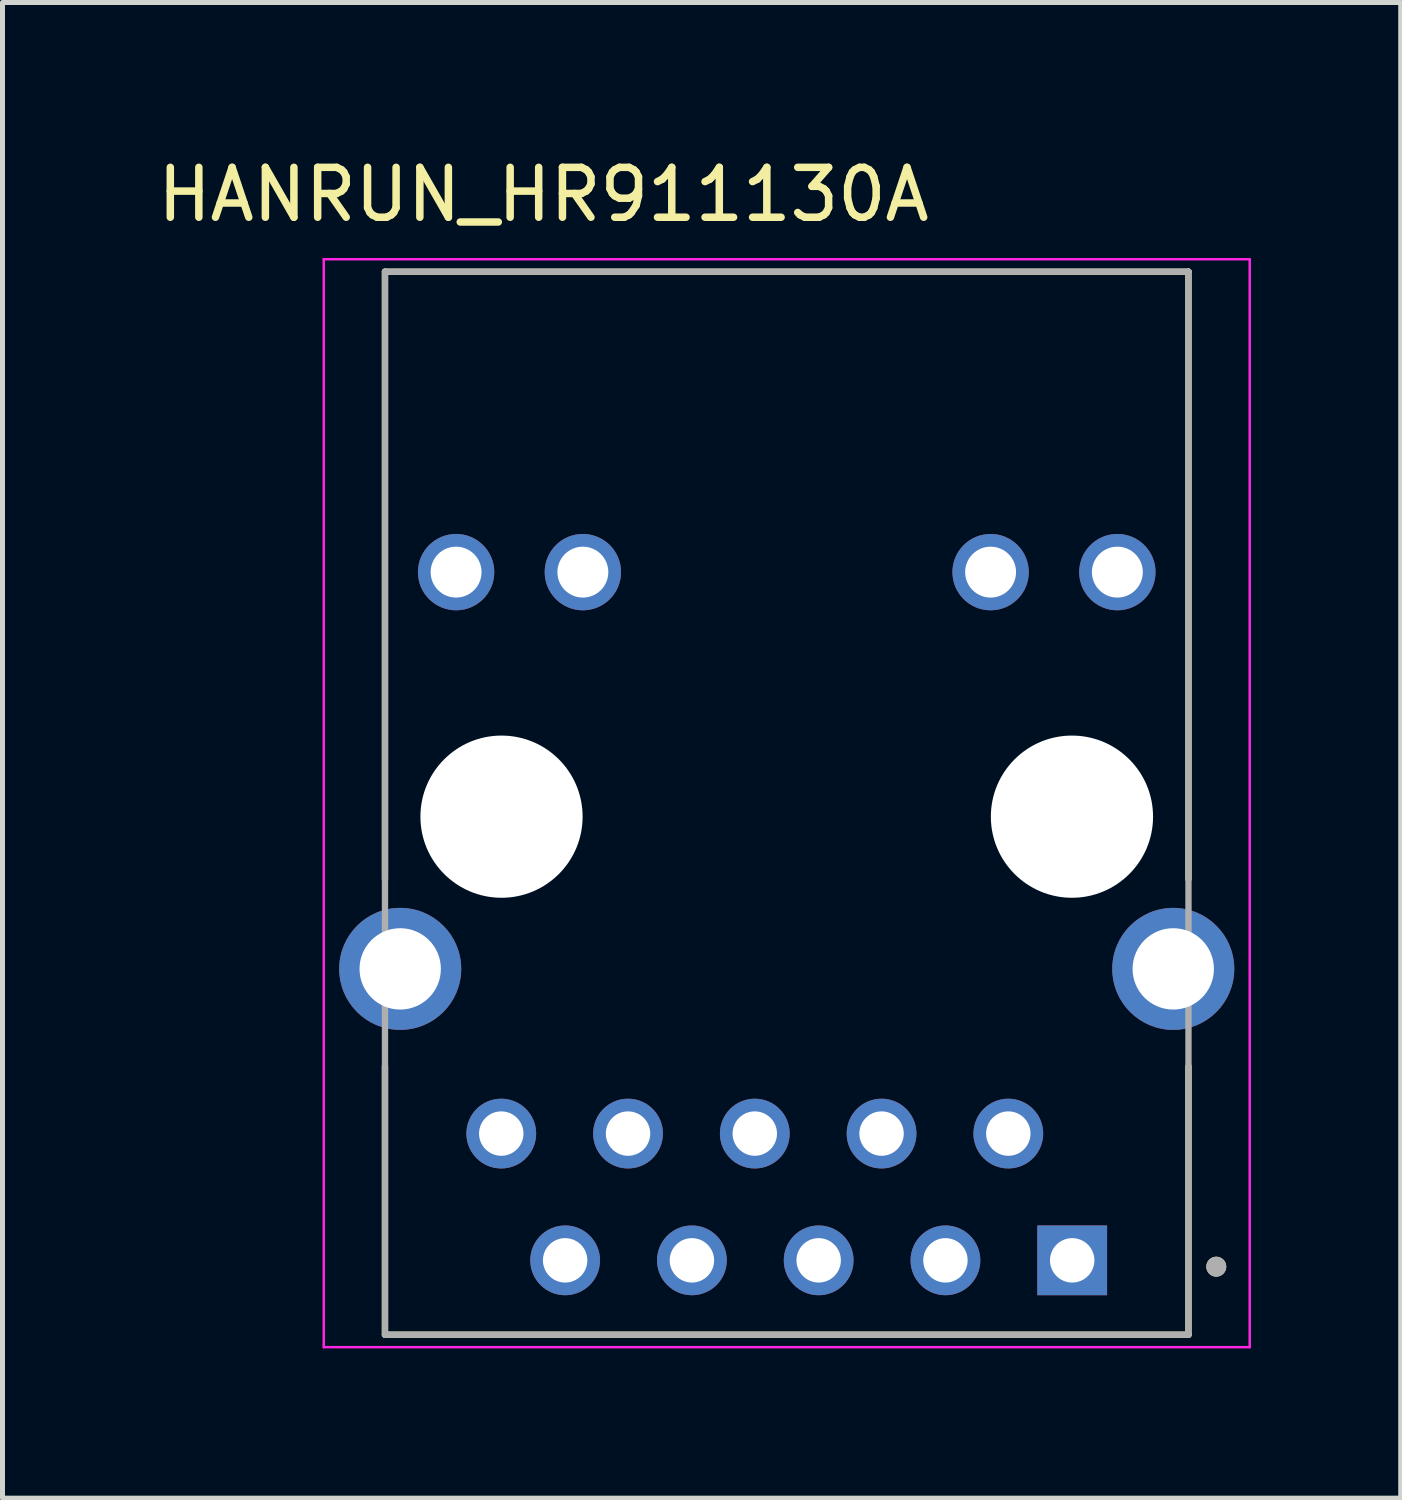
<source format=kicad_pcb>
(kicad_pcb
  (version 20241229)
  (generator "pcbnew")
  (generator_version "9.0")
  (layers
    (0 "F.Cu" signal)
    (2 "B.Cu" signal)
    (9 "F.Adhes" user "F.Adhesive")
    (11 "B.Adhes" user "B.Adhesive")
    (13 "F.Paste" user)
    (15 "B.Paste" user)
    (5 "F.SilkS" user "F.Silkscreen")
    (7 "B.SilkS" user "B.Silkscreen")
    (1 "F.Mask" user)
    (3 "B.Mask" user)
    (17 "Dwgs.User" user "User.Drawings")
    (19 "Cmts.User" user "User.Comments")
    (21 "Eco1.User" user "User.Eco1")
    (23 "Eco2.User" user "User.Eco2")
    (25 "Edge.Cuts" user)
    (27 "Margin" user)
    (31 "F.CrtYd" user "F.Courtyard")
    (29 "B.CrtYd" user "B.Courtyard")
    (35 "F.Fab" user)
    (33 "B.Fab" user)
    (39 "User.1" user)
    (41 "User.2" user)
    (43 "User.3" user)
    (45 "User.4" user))
  (footprint "HANRUN_HR911130A"
    (layer "F.Cu")
    (at 12.714 13.314)
    (property "Reference" "HANRUN_HR911130A" (at -4.875 -12.466 0) (layer "F.SilkS") (effects (font (size 1 1) (thickness 0.15))))
    (attr through_hole)
    (fp_line (start -8.05 1.25) (end -8.05 -10.92) (stroke (width 0.127) (type solid)) (layer "F.SilkS"))
    (fp_line (start -8.05 10.38) (end -8.05 5) (stroke (width 0.127) (type solid)) (layer "F.SilkS"))
    (fp_line (start -8.05 10.38) (end 8.05 10.38) (stroke (width 0.127) (type solid)) (layer "F.SilkS"))
    (fp_line (start 8.05 -10.92) (end -8.05 -10.92) (stroke (width 0.127) (type solid)) (layer "F.SilkS"))
    (fp_line (start 8.05 1.25) (end 8.05 -10.92) (stroke (width 0.127) (type solid)) (layer "F.SilkS"))
    (fp_line (start 8.05 10.38) (end 8.05 5) (stroke (width 0.127) (type solid)) (layer "F.SilkS"))
    (fp_circle (center 8.607 9.017) (end 8.707 9.017) (stroke (width 0.2) (type solid)) (fill no) (layer "F.SilkS"))
    (fp_line (start -9.277 -11.17) (end 9.277 -11.17) (stroke (width 0.05) (type solid)) (layer "F.CrtYd"))
    (fp_line (start -9.277 10.63) (end -9.277 -11.17) (stroke (width 0.05) (type solid)) (layer "F.CrtYd"))
    (fp_line (start 9.277 -11.17) (end 9.277 10.63) (stroke (width 0.05) (type solid)) (layer "F.CrtYd"))
    (fp_line (start 9.277 10.63) (end -9.277 10.63) (stroke (width 0.05) (type solid)) (layer "F.CrtYd"))
    (fp_line (start -8.05 -10.92) (end -8.05 10.38) (stroke (width 0.127) (type solid)) (layer "F.Fab"))
    (fp_line (start -8.05 10.38) (end 8.05 10.38) (stroke (width 0.127) (type solid)) (layer "F.Fab"))
    (fp_line (start 8.05 -10.92) (end -8.05 -10.92) (stroke (width 0.127) (type solid)) (layer "F.Fab"))
    (fp_line (start 8.05 10.38) (end 8.05 -10.92) (stroke (width 0.127) (type solid)) (layer "F.Fab"))
    (fp_circle (center 8.607 9.017) (end 8.707 9.017) (stroke (width 0.2) (type solid)) (fill no) (layer "F.Fab"))
    (pad "" np_thru_hole circle (at -5.715 0) (size 3.25 3.25) (drill 3.25) (layers "*.Cu" "*.Mask"))
    (pad "" np_thru_hole circle (at 5.715 0) (size 3.25 3.25) (drill 3.25) (layers "*.Cu" "*.Mask"))
    (pad "1" thru_hole rect (at 5.72 8.89) (size 1.398 1.398) (drill 0.89) (layers "*.Cu" "*.Mask"))
    (pad "2" thru_hole circle (at 4.44 6.35) (size 1.398 1.398) (drill 0.89) (layers "*.Cu" "*.Mask"))
    (pad "3" thru_hole circle (at 3.18 8.89) (size 1.398 1.398) (drill 0.89) (layers "*.Cu" "*.Mask"))
    (pad "4" thru_hole circle (at 1.9 6.35) (size 1.398 1.398) (drill 0.89) (layers "*.Cu" "*.Mask"))
    (pad "5" thru_hole circle (at 0.64 8.89) (size 1.398 1.398) (drill 0.89) (layers "*.Cu" "*.Mask"))
    (pad "6" thru_hole circle (at -0.64 6.35) (size 1.398 1.398) (drill 0.89) (layers "*.Cu" "*.Mask"))
    (pad "7" thru_hole circle (at -1.9 8.89) (size 1.398 1.398) (drill 0.89) (layers "*.Cu" "*.Mask"))
    (pad "8" thru_hole circle (at -3.18 6.35) (size 1.398 1.398) (drill 0.89) (layers "*.Cu" "*.Mask"))
    (pad "9" thru_hole circle (at -4.44 8.89) (size 1.398 1.398) (drill 0.89) (layers "*.Cu" "*.Mask"))
    (pad "10" thru_hole circle (at -5.72 6.35) (size 1.398 1.398) (drill 0.89) (layers "*.Cu" "*.Mask"))
    (pad "11" thru_hole circle (at 6.625 -4.9) (size 1.53 1.53) (drill 1.02) (layers "*.Cu" "*.Mask"))
    (pad "12" thru_hole circle (at 4.085 -4.9) (size 1.53 1.53) (drill 1.02) (layers "*.Cu" "*.Mask"))
    (pad "13" thru_hole circle (at -4.085 -4.9) (size 1.53 1.53) (drill 1.02) (layers "*.Cu" "*.Mask"))
    (pad "14" thru_hole circle (at -6.625 -4.9) (size 1.53 1.53) (drill 1.02) (layers "*.Cu" "*.Mask"))
    (pad "S1" thru_hole circle (at 7.745 3.05) (size 2.445 2.445) (drill 1.63) (layers "*.Cu" "*.Mask"))
    (pad "S2" thru_hole circle (at -7.745 3.05) (size 2.445 2.445) (drill 1.63) (layers "*.Cu" "*.Mask")))
  (gr_rect
    (start -3 -3)
    (end 25.017 26.969)
    (stroke (width 0.1) (type default))
    (fill no)
    (layer "Edge.Cuts")))
</source>
